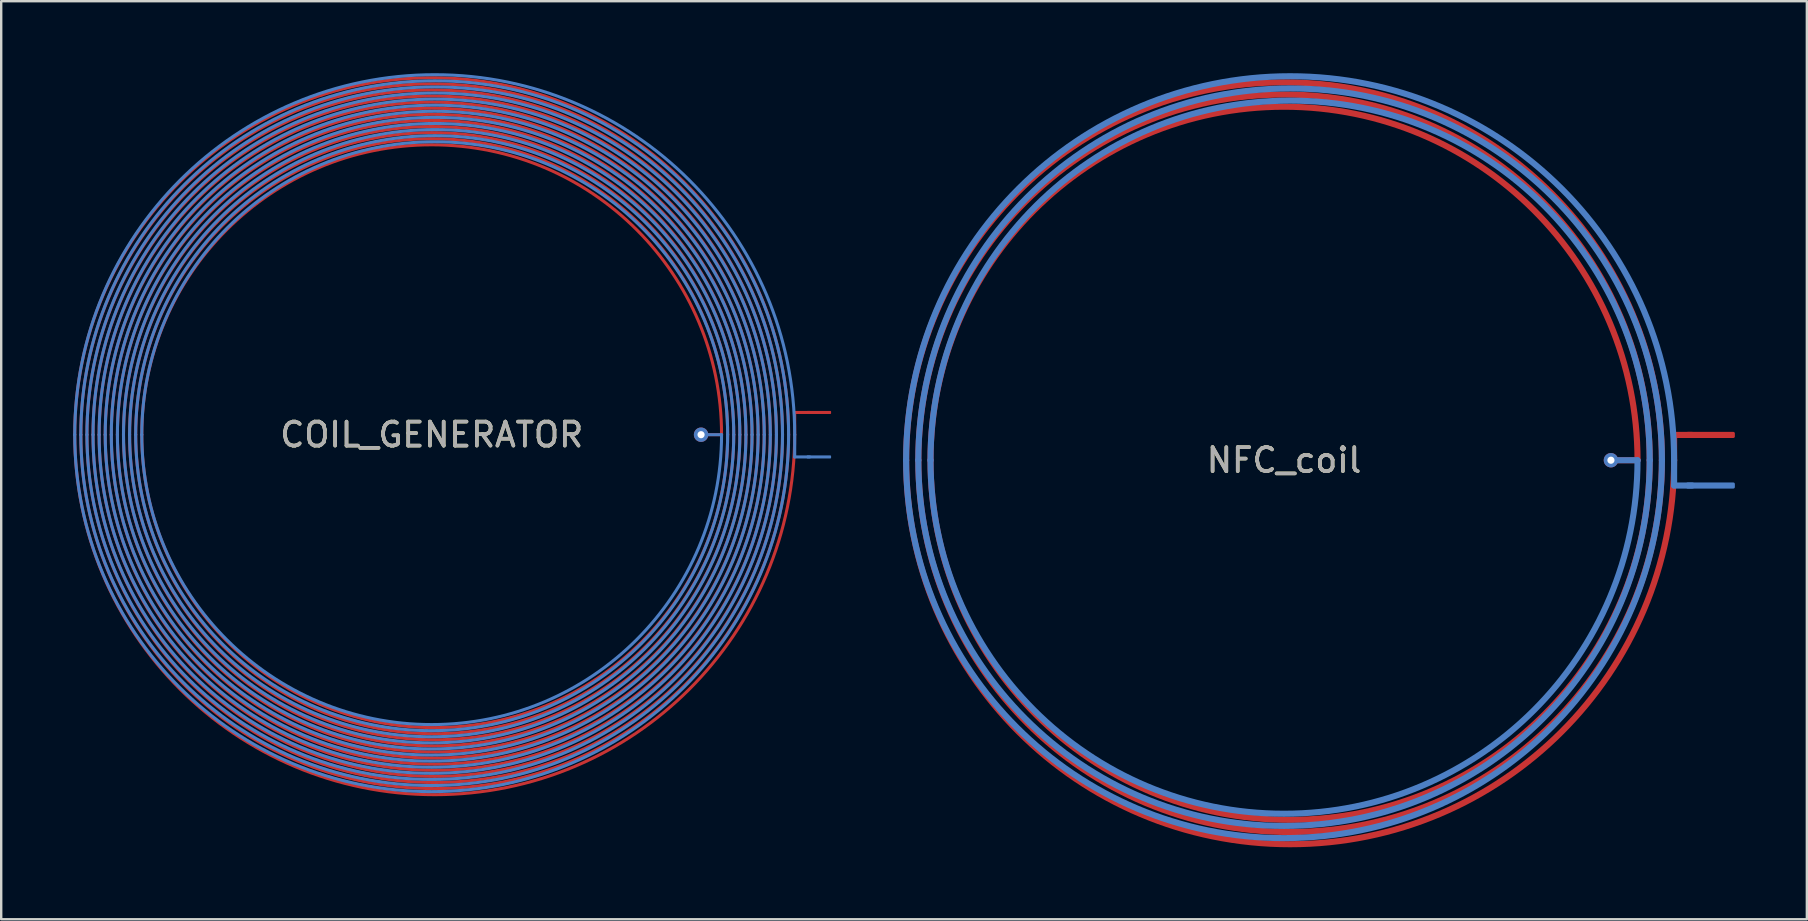
<source format=kicad_pcb>
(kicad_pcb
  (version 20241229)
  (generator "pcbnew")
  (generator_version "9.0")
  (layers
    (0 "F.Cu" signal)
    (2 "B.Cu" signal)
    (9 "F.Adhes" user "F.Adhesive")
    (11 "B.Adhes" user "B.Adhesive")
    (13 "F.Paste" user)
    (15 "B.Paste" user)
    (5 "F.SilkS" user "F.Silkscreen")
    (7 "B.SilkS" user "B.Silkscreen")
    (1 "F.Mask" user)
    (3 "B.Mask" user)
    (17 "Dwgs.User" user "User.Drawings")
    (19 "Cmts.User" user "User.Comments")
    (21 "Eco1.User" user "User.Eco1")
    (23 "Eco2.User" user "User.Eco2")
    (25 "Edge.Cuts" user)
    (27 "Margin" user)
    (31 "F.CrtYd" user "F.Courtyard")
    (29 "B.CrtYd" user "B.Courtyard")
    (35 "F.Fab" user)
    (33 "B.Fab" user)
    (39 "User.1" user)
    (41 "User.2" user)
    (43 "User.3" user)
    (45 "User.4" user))
  (footprint "NFC_coil"
    (layer "F.Cu")
    (at 50.453 16.127)
    (property "Reference" "NFC_coil" (at 0 0 0) (unlocked yes) (layer "F.SilkS") (effects (font (size 1 1) (thickness 0.15))))
    (attr smd exclude_from_pos_files exclude_from_bom allow_missing_courtyard)
    (fp_line (start 14.73 0) (end 13.622 0) (stroke (width 0.254) (type default)) (layer "F.Cu"))
    (fp_line (start 16.254 -1.054) (end 17.008 -1.054) (stroke (width 0.254) (type default)) (layer "F.Cu"))
    (fp_line (start 16.254 0) (end 16.254 -1.054) (stroke (width 0.254) (type default)) (layer "F.Cu"))
    (fp_arc (start -15.746 0) (mid 0 -15.746) (end 15.746 0) (stroke (width 0.254) (type default)) (layer "F.Cu"))
    (fp_arc (start -15.238 0) (mid 0 -15.238) (end 15.238 0) (stroke (width 0.254) (type default)) (layer "F.Cu"))
    (fp_arc (start -14.73 0) (mid 0 -14.73) (end 14.73 0) (stroke (width 0.254) (type default)) (layer "F.Cu"))
    (fp_arc (start 15.238 0) (mid 0.254 14.984) (end -14.73 0) (stroke (width 0.254) (type default)) (layer "F.Cu"))
    (fp_arc (start 15.746 0) (mid 0.254 15.492) (end -15.238 0) (stroke (width 0.254) (type default)) (layer "F.Cu"))
    (fp_arc (start 16.254 0) (mid 0.254 16) (end -15.746 0) (stroke (width 0.254) (type default)) (layer "F.Cu"))
    (fp_line (start 14.73 0) (end 13.622 0) (stroke (width 0.254) (type default)) (layer "B.Cu"))
    (fp_line (start 16.254 0) (end 16.254 1.054) (stroke (width 0.254) (type default)) (layer "B.Cu"))
    (fp_line (start 16.254 1.054) (end 17.008 1.054) (stroke (width 0.254) (type default)) (layer "B.Cu"))
    (fp_arc (start -15.746 0) (mid 0.254 -16) (end 16.254 0) (stroke (width 0.254) (type default)) (layer "B.Cu"))
    (fp_arc (start -15.238 0) (mid 0.254 -15.492) (end 15.746 0) (stroke (width 0.254) (type default)) (layer "B.Cu"))
    (fp_arc (start -14.73 0) (mid 0.254 -14.984) (end 15.238 0) (stroke (width 0.254) (type default)) (layer "B.Cu"))
    (fp_arc (start 14.73 0) (mid 0 14.73) (end -14.73 0) (stroke (width 0.254) (type default)) (layer "B.Cu"))
    (fp_arc (start 15.238 0) (mid 0 15.238) (end -15.238 0) (stroke (width 0.254) (type default)) (layer "B.Cu"))
    (fp_arc (start 15.746 0) (mid 0 15.746) (end -15.746 0) (stroke (width 0.254) (type default)) (layer "B.Cu"))
    (fp_text user "${REFERENCE}" (at 0 0 0) (unlocked yes) (layer "F.Fab") (effects (font (size 1 1) (thickness 0.15))))
    (pad "0" thru_hole circle (at 13.622 0) (size 0.6 0.6) (drill 0.3) (layers "*.Cu") (remove_unused_layers yes) (keep_end_layers yes) (zone_layer_connections))
    (pad "1" smd roundrect (at 17.77 -1.054) (size 2.032 0.254) (layers "F.Cu") (roundrect_rratio 0.25))
    (pad "2" smd roundrect (at 17.77 1.054) (size 2.032 0.254) (layers "B.Cu") (roundrect_rratio 0.25)))
  (footprint "COIL_GENERATOR"
    (layer "F.Cu")
    (at 14.937 15.063)
    (property "Reference" "COIL_GENERATOR" (at 0 0 0) (unlocked yes) (layer "F.SilkS") (effects (font (size 1 1) (thickness 0.15))))
    (attr smd exclude_from_pos_files exclude_from_bom allow_missing_courtyard)
    (fp_line (start 12.079 0) (end 11.225 0) (stroke (width 0.127) (type default)) (layer "F.Cu"))
    (fp_line (start 15.127 -0.927) (end 15.754 -0.927) (stroke (width 0.127) (type default)) (layer "F.Cu"))
    (fp_line (start 15.127 0) (end 15.127 -0.927) (stroke (width 0.127) (type default)) (layer "F.Cu"))
    (fp_arc (start -14.873 0) (mid 0 -14.873) (end 14.873 0) (stroke (width 0.127) (type default)) (layer "F.Cu"))
    (fp_arc (start -14.619 0) (mid 0 -14.619) (end 14.619 0) (stroke (width 0.127) (type default)) (layer "F.Cu"))
    (fp_arc (start -14.365 0) (mid 0 -14.365) (end 14.365 0) (stroke (width 0.127) (type default)) (layer "F.Cu"))
    (fp_arc (start -14.111 0) (mid 0 -14.111) (end 14.111 0) (stroke (width 0.127) (type default)) (layer "F.Cu"))
    (fp_arc (start -13.857 0) (mid 0 -13.857) (end 13.857 0) (stroke (width 0.127) (type default)) (layer "F.Cu"))
    (fp_arc (start -13.603 0) (mid 0 -13.603) (end 13.603 0) (stroke (width 0.127) (type default)) (layer "F.Cu"))
    (fp_arc (start -13.349 0) (mid 0 -13.349) (end 13.349 0) (stroke (width 0.127) (type default)) (layer "F.Cu"))
    (fp_arc (start -13.095 0) (mid 0 -13.095) (end 13.095 0) (stroke (width 0.127) (type default)) (layer "F.Cu"))
    (fp_arc (start -12.841 0) (mid 0 -12.841) (end 12.841 0) (stroke (width 0.127) (type default)) (layer "F.Cu"))
    (fp_arc (start -12.587 0) (mid 0 -12.587) (end 12.587 0) (stroke (width 0.127) (type default)) (layer "F.Cu"))
    (fp_arc (start -12.333 0) (mid 0 -12.333) (end 12.333 0) (stroke (width 0.127) (type default)) (layer "F.Cu"))
    (fp_arc (start -12.079 0) (mid 0 -12.079) (end 12.079 0) (stroke (width 0.127) (type default)) (layer "F.Cu"))
    (fp_arc (start 12.333 0) (mid 0.127 12.206) (end -12.079 0) (stroke (width 0.127) (type default)) (layer "F.Cu"))
    (fp_arc (start 12.587 0) (mid 0.127 12.46) (end -12.333 0) (stroke (width 0.127) (type default)) (layer "F.Cu"))
    (fp_arc (start 12.841 0) (mid 0.127 12.714) (end -12.587 0) (stroke (width 0.127) (type default)) (layer "F.Cu"))
    (fp_arc (start 13.095 0) (mid 0.127 12.968) (end -12.841 0) (stroke (width 0.127) (type default)) (layer "F.Cu"))
    (fp_arc (start 13.349 0) (mid 0.127 13.222) (end -13.095 0) (stroke (width 0.127) (type default)) (layer "F.Cu"))
    (fp_arc (start 13.603 0) (mid 0.127 13.476) (end -13.349 0) (stroke (width 0.127) (type default)) (layer "F.Cu"))
    (fp_arc (start 13.857 0) (mid 0.127 13.73) (end -13.603 0) (stroke (width 0.127) (type default)) (layer "F.Cu"))
    (fp_arc (start 14.111 0) (mid 0.127 13.984) (end -13.857 0) (stroke (width 0.127) (type default)) (layer "F.Cu"))
    (fp_arc (start 14.365 0) (mid 0.127 14.238) (end -14.111 0) (stroke (width 0.127) (type default)) (layer "F.Cu"))
    (fp_arc (start 14.619 0) (mid 0.127 14.492) (end -14.365 0) (stroke (width 0.127) (type default)) (layer "F.Cu"))
    (fp_arc (start 14.873 0) (mid 0.127 14.746) (end -14.619 0) (stroke (width 0.127) (type default)) (layer "F.Cu"))
    (fp_arc (start 15.127 0) (mid 0.127 15) (end -14.873 0) (stroke (width 0.127) (type default)) (layer "F.Cu"))
    (fp_line (start 12.079 0) (end 11.225 0) (stroke (width 0.127) (type default)) (layer "B.Cu"))
    (fp_line (start 15.127 0) (end 15.127 0.927) (stroke (width 0.127) (type default)) (layer "B.Cu"))
    (fp_line (start 15.127 0.927) (end 15.754 0.927) (stroke (width 0.127) (type default)) (layer "B.Cu"))
    (fp_arc (start -14.873 0) (mid 0.127 -15) (end 15.127 0) (stroke (width 0.127) (type default)) (layer "B.Cu"))
    (fp_arc (start -14.619 0) (mid 0.127 -14.746) (end 14.873 0) (stroke (width 0.127) (type default)) (layer "B.Cu"))
    (fp_arc (start -14.365 0) (mid 0.127 -14.492) (end 14.619 0) (stroke (width 0.127) (type default)) (layer "B.Cu"))
    (fp_arc (start -14.111 0) (mid 0.127 -14.238) (end 14.365 0) (stroke (width 0.127) (type default)) (layer "B.Cu"))
    (fp_arc (start -13.857 0) (mid 0.127 -13.984) (end 14.111 0) (stroke (width 0.127) (type default)) (layer "B.Cu"))
    (fp_arc (start -13.603 0) (mid 0.127 -13.73) (end 13.857 0) (stroke (width 0.127) (type default)) (layer "B.Cu"))
    (fp_arc (start -13.349 0) (mid 0.127 -13.476) (end 13.603 0) (stroke (width 0.127) (type default)) (layer "B.Cu"))
    (fp_arc (start -13.095 0) (mid 0.127 -13.222) (end 13.349 0) (stroke (width 0.127) (type default)) (layer "B.Cu"))
    (fp_arc (start -12.841 0) (mid 0.127 -12.968) (end 13.095 0) (stroke (width 0.127) (type default)) (layer "B.Cu"))
    (fp_arc (start -12.587 0) (mid 0.127 -12.714) (end 12.841 0) (stroke (width 0.127) (type default)) (layer "B.Cu"))
    (fp_arc (start -12.333 0) (mid 0.127 -12.46) (end 12.587 0) (stroke (width 0.127) (type default)) (layer "B.Cu"))
    (fp_arc (start -12.079 0) (mid 0.127 -12.206) (end 12.333 0) (stroke (width 0.127) (type default)) (layer "B.Cu"))
    (fp_arc (start 12.079 0) (mid 0 12.079) (end -12.079 0) (stroke (width 0.127) (type default)) (layer "B.Cu"))
    (fp_arc (start 12.333 0) (mid 0 12.333) (end -12.333 0) (stroke (width 0.127) (type default)) (layer "B.Cu"))
    (fp_arc (start 12.587 0) (mid 0 12.587) (end -12.587 0) (stroke (width 0.127) (type default)) (layer "B.Cu"))
    (fp_arc (start 12.841 0) (mid 0 12.841) (end -12.841 0) (stroke (width 0.127) (type default)) (layer "B.Cu"))
    (fp_arc (start 13.095 0) (mid 0 13.095) (end -13.095 0) (stroke (width 0.127) (type default)) (layer "B.Cu"))
    (fp_arc (start 13.349 0) (mid 0 13.349) (end -13.349 0) (stroke (width 0.127) (type default)) (layer "B.Cu"))
    (fp_arc (start 13.603 0) (mid 0 13.603) (end -13.603 0) (stroke (width 0.127) (type default)) (layer "B.Cu"))
    (fp_arc (start 13.857 0) (mid 0 13.857) (end -13.857 0) (stroke (width 0.127) (type default)) (layer "B.Cu"))
    (fp_arc (start 14.111 0) (mid 0 14.111) (end -14.111 0) (stroke (width 0.127) (type default)) (layer "B.Cu"))
    (fp_arc (start 14.365 0) (mid 0 14.365) (end -14.365 0) (stroke (width 0.127) (type default)) (layer "B.Cu"))
    (fp_arc (start 14.619 0) (mid 0 14.619) (end -14.619 0) (stroke (width 0.127) (type default)) (layer "B.Cu"))
    (fp_arc (start 14.873 0) (mid 0 14.873) (end -14.873 0) (stroke (width 0.127) (type default)) (layer "B.Cu"))
    (fp_text user "${REFERENCE}" (at 0 0 0) (unlocked yes) (layer "F.Fab") (effects (font (size 1 1) (thickness 0.15))))
    (pad "0" thru_hole circle (at 11.225 0) (size 0.6 0.6) (drill 0.3) (layers "*.Cu") (remove_unused_layers yes) (keep_end_layers yes) (zone_layer_connections))
    (pad "1" smd roundrect (at 16.135 -0.927) (size 1.016 0.127) (layers "F.Cu") (roundrect_rratio 0.25))
    (pad "2" smd roundrect (at 16.135 0.927) (size 1.016 0.127) (layers "B.Cu") (roundrect_rratio 0.25)))
  (gr_rect
    (start -3 -3)
    (end 72.239 35.254)
    (stroke (width 0.1) (type default))
    (fill no)
    (layer "Edge.Cuts")))
</source>
